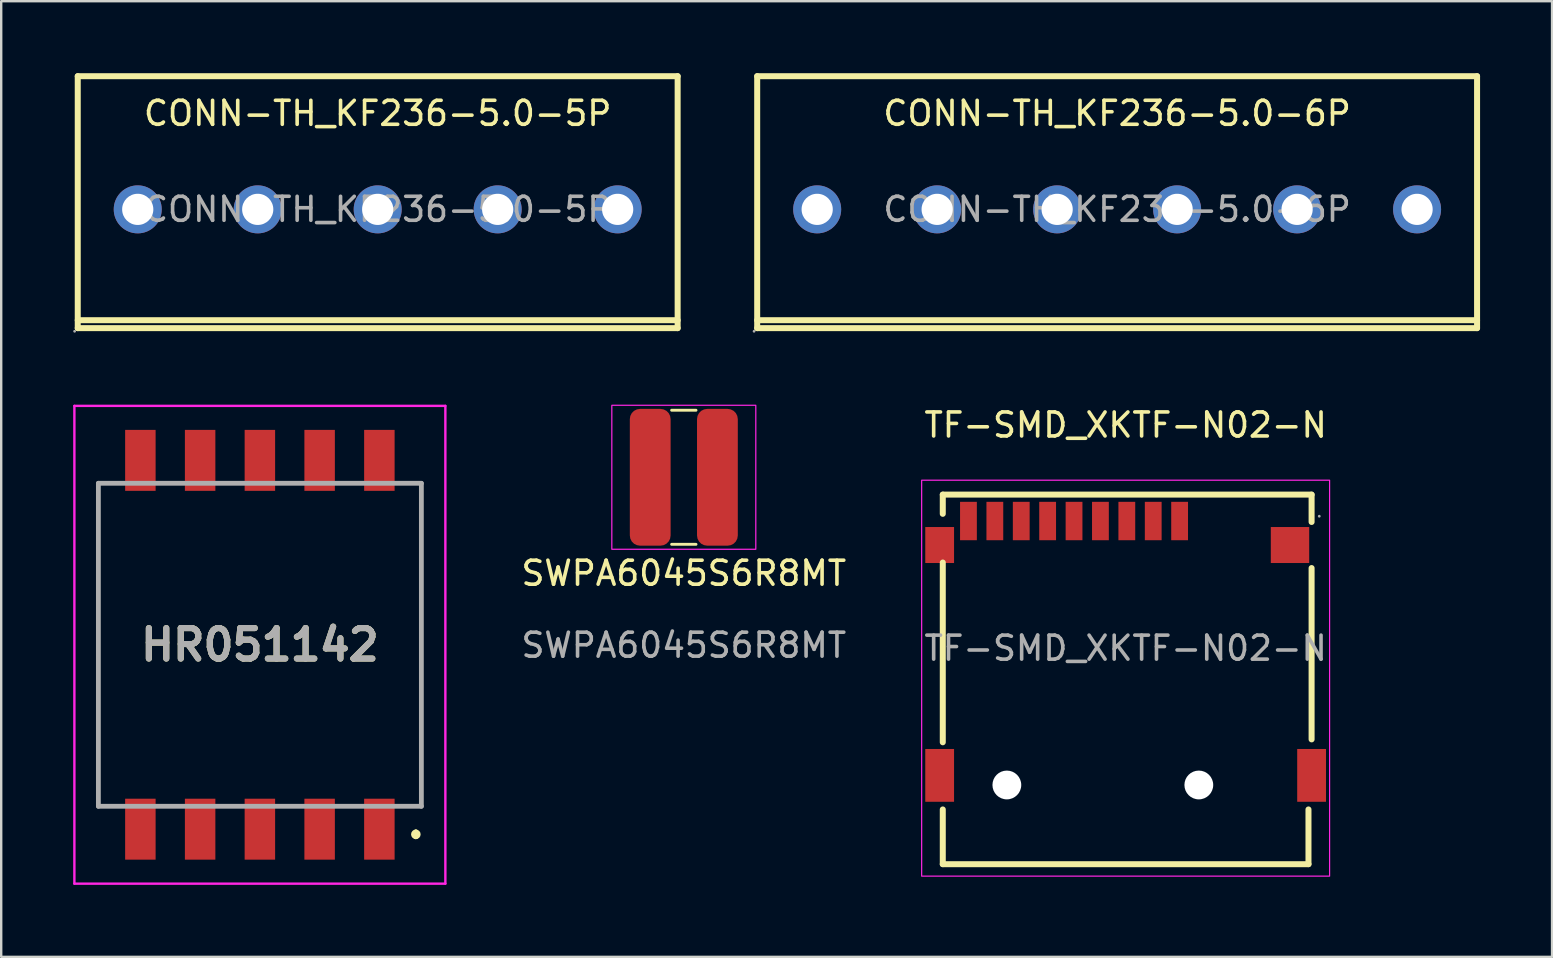
<source format=kicad_pcb>
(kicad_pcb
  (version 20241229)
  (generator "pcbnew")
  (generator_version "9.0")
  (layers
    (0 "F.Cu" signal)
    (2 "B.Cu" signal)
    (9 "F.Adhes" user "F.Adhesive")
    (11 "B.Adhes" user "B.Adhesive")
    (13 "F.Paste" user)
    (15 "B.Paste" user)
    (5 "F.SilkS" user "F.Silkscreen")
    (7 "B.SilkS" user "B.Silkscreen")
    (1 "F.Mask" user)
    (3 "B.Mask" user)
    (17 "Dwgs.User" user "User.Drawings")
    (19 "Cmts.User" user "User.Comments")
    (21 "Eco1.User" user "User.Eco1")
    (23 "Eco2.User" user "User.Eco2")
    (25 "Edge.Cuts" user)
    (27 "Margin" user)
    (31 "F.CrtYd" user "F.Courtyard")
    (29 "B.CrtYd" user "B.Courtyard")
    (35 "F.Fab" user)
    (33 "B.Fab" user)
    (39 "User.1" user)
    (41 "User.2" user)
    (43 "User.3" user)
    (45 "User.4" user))
  (footprint "TF-SMD_XKTF-N02-N"
    (layer "F.Cu")
    (at 43.859 23.963)
    (property "Reference" "TF-SMD_XKTF-N02-N" (at 0 -9.3 0) (layer "F.SilkS") (effects (font (size 1 1) (thickness 0.15))))
    (attr smd)
    (fp_line (start -7.62 -6.4) (end 7.75 -6.4) (stroke (width 0.25) (type solid)) (layer "F.SilkS"))
    (fp_line (start -7.62 -5.6) (end -7.62 -6.4) (stroke (width 0.25) (type solid)) (layer "F.SilkS"))
    (fp_line (start -7.62 -3.57) (end -7.62 3.92) (stroke (width 0.25) (type solid)) (layer "F.SilkS"))
    (fp_line (start -7.62 6.72) (end -7.62 9) (stroke (width 0.25) (type solid)) (layer "F.SilkS"))
    (fp_line (start -7.62 9) (end 7.62 9) (stroke (width 0.25) (type solid)) (layer "F.SilkS"))
    (fp_line (start 7.62 9) (end 7.62 6.72) (stroke (width 0.25) (type solid)) (layer "F.SilkS"))
    (fp_line (start 7.75 -6.4) (end 7.75 -5.26) (stroke (width 0.25) (type solid)) (layer "F.SilkS"))
    (fp_line (start 7.75 -3.34) (end 7.75 3.8) (stroke (width 0.25) (type solid)) (layer "F.SilkS"))
    (fp_circle (center -4.95 5.7) (end -4.7 5.7) (stroke (width 0.5) (type solid)) (fill no) (layer "Cmts.User"))
    (fp_circle (center 3.05 5.7) (end 3.3 5.7) (stroke (width 0.5) (type solid)) (fill no) (layer "Cmts.User"))
    (fp_rect (start -8.5 -7) (end 8.5 9.5) (stroke (width 0.05) (type default)) (fill no) (layer "F.CrtYd"))
    (fp_circle (center 8.07 -5.5) (end 8.1 -5.5) (stroke (width 0.06) (type solid)) (fill no) (layer "F.Fab"))
    (fp_text user "${REFERENCE}" (at 0 0 0) (layer "F.Fab") (effects (font (size 1 1) (thickness 0.15))))
    (pad "" np_thru_hole circle (at -4.95 5.7) (size 1.2 1.2) (drill 1.2) (layers "*.Cu" "*.Mask"))
    (pad "" np_thru_hole circle (at 3.05 5.7) (size 1.2 1.2) (drill 1.2) (layers "*.Cu" "*.Mask"))
    (pad "1" smd rect (at 2.25 -5.3) (size 0.7 1.6) (layers "F.Cu" "F.Mask" "F.Paste"))
    (pad "2" smd rect (at 1.15 -5.3) (size 0.7 1.6) (layers "F.Cu" "F.Mask" "F.Paste"))
    (pad "3" smd rect (at 0.05 -5.3) (size 0.7 1.6) (layers "F.Cu" "F.Mask" "F.Paste"))
    (pad "4" smd rect (at -1.05 -5.3) (size 0.7 1.6) (layers "F.Cu" "F.Mask" "F.Paste"))
    (pad "5" smd rect (at -2.15 -5.3) (size 0.7 1.6) (layers "F.Cu" "F.Mask" "F.Paste"))
    (pad "6" smd rect (at -3.25 -5.3) (size 0.7 1.6) (layers "F.Cu" "F.Mask" "F.Paste"))
    (pad "7" smd rect (at -4.35 -5.3) (size 0.7 1.6) (layers "F.Cu" "F.Mask" "F.Paste"))
    (pad "8" smd rect (at -5.45 -5.3) (size 0.7 1.6) (layers "F.Cu" "F.Mask" "F.Paste"))
    (pad "9" smd rect (at -6.55 -5.3) (size 0.7 1.6) (layers "F.Cu" "F.Mask" "F.Paste"))
    (pad "10" smd rect (at -7.75 -4.3) (size 1.2 1.5) (layers "F.Cu" "F.Mask" "F.Paste"))
    (pad "10" smd rect (at -7.75 5.3) (size 1.2 2.2) (layers "F.Cu" "F.Mask" "F.Paste"))
    (pad "10" smd rect (at 6.85 -4.3) (size 1.6 1.5) (layers "F.Cu" "F.Mask" "F.Paste"))
    (pad "10" smd rect (at 7.75 5.3) (size 1.2 2.2) (layers "F.Cu" "F.Mask" "F.Paste")))
  (footprint "CONN-TH_KF236-5.0-5P"
    (layer "F.Cu")
    (at 12.69 5.675)
    (property "Reference" "CONN-TH_KF236-5.0-5P" (at 0 -4 0) (layer "F.SilkS") (effects (font (size 1 1) (thickness 0.15))))
    (attr through_hole)
    (fp_line (start -12.5 -5.55) (end 12.5 -5.55) (stroke (width 0.25) (type solid)) (layer "F.SilkS"))
    (fp_line (start -12.5 4.62) (end 12.5 4.62) (stroke (width 0.25) (type solid)) (layer "F.SilkS"))
    (fp_line (start -12.5 4.95) (end -12.5 -5.55) (stroke (width 0.25) (type solid)) (layer "F.SilkS"))
    (fp_line (start -12.5 4.95) (end 12.5 4.95) (stroke (width 0.25) (type solid)) (layer "F.SilkS"))
    (fp_line (start 12.5 4.95) (end 12.5 -5.55) (stroke (width 0.25) (type solid)) (layer "F.SilkS"))
    (fp_circle (center -12.63 5.08) (end -12.6 5.08) (stroke (width 0.06) (type solid)) (fill no) (layer "F.Fab"))
    (fp_circle (center -10 0) (end -9.72 0) (stroke (width 0.55) (type solid)) (fill no) (layer "F.Fab"))
    (fp_circle (center -5 0) (end -4.72 0) (stroke (width 0.55) (type solid)) (fill no) (layer "F.Fab"))
    (fp_circle (center 0 0) (end 0.28 0) (stroke (width 0.55) (type solid)) (fill no) (layer "F.Fab"))
    (fp_circle (center 5 0) (end 5.28 0) (stroke (width 0.55) (type solid)) (fill no) (layer "F.Fab"))
    (fp_circle (center 10 0) (end 10.28 0) (stroke (width 0.55) (type solid)) (fill no) (layer "F.Fab"))
    (fp_text user "${REFERENCE}" (at 0 0 0) (layer "F.Fab") (effects (font (size 1 1) (thickness 0.15))))
    (pad "1" thru_hole circle (at -10 0) (size 2 2) (drill 1.3) (layers "*.Cu" "*.Mask"))
    (pad "2" thru_hole circle (at -5 0) (size 2 2) (drill 1.3) (layers "*.Cu" "*.Mask"))
    (pad "3" thru_hole circle (at 0 0) (size 2 2) (drill 1.3) (layers "*.Cu" "*.Mask"))
    (pad "4" thru_hole circle (at 5 0) (size 2 2) (drill 1.3) (layers "*.Cu" "*.Mask"))
    (pad "5" thru_hole circle (at 10 0) (size 2 2) (drill 1.3) (layers "*.Cu" "*.Mask")))
  (footprint "CONN-TH_KF236-5.0-6P"
    (layer "F.Cu")
    (at 43.505 5.675)
    (property "Reference" "CONN-TH_KF236-5.0-6P" (at 0 -4 0) (layer "F.SilkS") (effects (font (size 1 1) (thickness 0.15))))
    (attr through_hole)
    (fp_line (start -15 -5.55) (end 15 -5.55) (stroke (width 0.25) (type solid)) (layer "F.SilkS"))
    (fp_line (start -15 4.62) (end 15 4.62) (stroke (width 0.25) (type solid)) (layer "F.SilkS"))
    (fp_line (start -15 4.95) (end -15 -5.55) (stroke (width 0.25) (type solid)) (layer "F.SilkS"))
    (fp_line (start -15 4.95) (end 15 4.95) (stroke (width 0.25) (type solid)) (layer "F.SilkS"))
    (fp_line (start 15 4.95) (end 15 -5.55) (stroke (width 0.25) (type solid)) (layer "F.SilkS"))
    (fp_circle (center -15.13 5.08) (end -15.1 5.08) (stroke (width 0.06) (type solid)) (fill no) (layer "F.Fab"))
    (fp_circle (center -12.5 0) (end -12.22 0) (stroke (width 0.55) (type solid)) (fill no) (layer "F.Fab"))
    (fp_circle (center -7.5 0) (end -7.22 0) (stroke (width 0.55) (type solid)) (fill no) (layer "F.Fab"))
    (fp_circle (center -2.5 0) (end -2.22 0) (stroke (width 0.55) (type solid)) (fill no) (layer "F.Fab"))
    (fp_circle (center 2.5 0) (end 2.78 0) (stroke (width 0.55) (type solid)) (fill no) (layer "F.Fab"))
    (fp_circle (center 7.5 0) (end 7.78 0) (stroke (width 0.55) (type solid)) (fill no) (layer "F.Fab"))
    (fp_circle (center 12.5 0) (end 12.78 0) (stroke (width 0.55) (type solid)) (fill no) (layer "F.Fab"))
    (fp_text user "${REFERENCE}" (at 0 0 0) (layer "F.Fab") (effects (font (size 1 1) (thickness 0.15))))
    (pad "1" thru_hole circle (at -12.5 0) (size 2 2) (drill 1.3) (layers "*.Cu" "*.Mask"))
    (pad "2" thru_hole circle (at -7.5 0) (size 2 2) (drill 1.3) (layers "*.Cu" "*.Mask"))
    (pad "3" thru_hole circle (at -2.5 0) (size 2 2) (drill 1.3) (layers "*.Cu" "*.Mask"))
    (pad "4" thru_hole circle (at 2.5 0) (size 2 2) (drill 1.3) (layers "*.Cu" "*.Mask"))
    (pad "5" thru_hole circle (at 7.5 0) (size 2 2) (drill 1.3) (layers "*.Cu" "*.Mask"))
    (pad "6" thru_hole circle (at 12.5 0) (size 2 2) (drill 1.3) (layers "*.Cu" "*.Mask")))
  (footprint "SWPA6045S6R8MT"
    (layer "F.Cu")
    (at 25.447 16.84)
    (property "Reference" "SWPA6045S6R8MT" (at 0 4 0) (unlocked yes) (layer "F.SilkS") (effects (font (size 1 1) (thickness 0.15))))
    (attr smd)
    (fp_line (start -0.508 -2.794) (end 0.508 -2.794) (stroke (width 0.12) (type solid)) (layer "F.SilkS"))
    (fp_line (start -0.508 2.794) (end 0.508 2.794) (stroke (width 0.12) (type solid)) (layer "F.SilkS"))
    (fp_rect (start -3 -3) (end 3 3) (stroke (width 0.05) (type solid)) (fill no) (layer "F.CrtYd"))
    (fp_text user "${REFERENCE}" (at 0 7 0) (unlocked yes) (layer "F.Fab") (effects (font (size 1 1) (thickness 0.15))))
    (pad "1" smd roundrect (at 1.4 0) (size 1.7 5.7) (layers "F.Cu" "F.Mask" "F.Paste") (roundrect_rratio 0.25))
    (pad "2" smd roundrect (at -1.4 0) (size 1.7 5.7) (layers "F.Cu" "F.Mask" "F.Paste") (roundrect_rratio 0.25)))
  (footprint "HR051142"
    (layer "F.Cu")
    (at 7.78 23.82)
    (property "Reference" "HR051142" (at 0 0 0) (layer "F.SilkS") (effects (font (size 1.27 1.27) (thickness 0.254))))
    (attr smd)
    (fp_line (start -6.73 -6.73) (end -6.73 6.73) (stroke (width 0.1) (type solid)) (layer "F.SilkS"))
    (fp_line (start -6.73 6.73) (end -6 6.73) (stroke (width 0.1) (type solid)) (layer "F.SilkS"))
    (fp_line (start -6 -6.73) (end -6.73 -6.73) (stroke (width 0.1) (type solid)) (layer "F.SilkS"))
    (fp_line (start 6 -6.73) (end 6.73 -6.73) (stroke (width 0.1) (type solid)) (layer "F.SilkS"))
    (fp_line (start 6.5 7.8) (end 6.5 7.8) (stroke (width 0.2) (type solid)) (layer "F.SilkS"))
    (fp_line (start 6.5 8) (end 6.5 8) (stroke (width 0.2) (type solid)) (layer "F.SilkS"))
    (fp_line (start 6.73 -6.73) (end 6.73 6.73) (stroke (width 0.1) (type solid)) (layer "F.SilkS"))
    (fp_line (start 6.73 6.73) (end 6 6.73) (stroke (width 0.1) (type solid)) (layer "F.SilkS"))
    (fp_arc (start 6.5 7.8) (mid 6.6 7.9) (end 6.5 8) (stroke (width 0.2) (type solid)) (layer "F.SilkS"))
    (fp_arc (start 6.5 8) (mid 6.4 7.9) (end 6.5 7.8) (stroke (width 0.2) (type solid)) (layer "F.SilkS"))
    (fp_line (start -7.73 -9.955) (end 7.73 -9.955) (stroke (width 0.1) (type solid)) (layer "F.CrtYd"))
    (fp_line (start -7.73 9.955) (end -7.73 -9.955) (stroke (width 0.1) (type solid)) (layer "F.CrtYd"))
    (fp_line (start 7.73 -9.955) (end 7.73 9.955) (stroke (width 0.1) (type solid)) (layer "F.CrtYd"))
    (fp_line (start 7.73 9.955) (end -7.73 9.955) (stroke (width 0.1) (type solid)) (layer "F.CrtYd"))
    (fp_line (start -6.73 -6.73) (end 6.73 -6.73) (stroke (width 0.2) (type solid)) (layer "F.Fab"))
    (fp_line (start -6.73 6.73) (end -6.73 -6.73) (stroke (width 0.2) (type solid)) (layer "F.Fab"))
    (fp_line (start 6.73 -6.73) (end 6.73 6.73) (stroke (width 0.2) (type solid)) (layer "F.Fab"))
    (fp_line (start 6.73 6.73) (end -6.73 6.73) (stroke (width 0.2) (type solid)) (layer "F.Fab"))
    (fp_text user "${REFERENCE}" (at 0 0 0) (layer "F.Fab") (effects (font (size 1.27 1.27) (thickness 0.254))))
    (pad "1" smd rect (at 4.98 7.685) (size 1.27 2.54) (layers "F.Cu" "F.Mask" "F.Paste"))
    (pad "2" smd rect (at 2.49 7.685) (size 1.27 2.54) (layers "F.Cu" "F.Mask" "F.Paste"))
    (pad "3" smd rect (at 0 7.685) (size 1.27 2.54) (layers "F.Cu" "F.Mask" "F.Paste"))
    (pad "4" smd rect (at -2.49 7.685) (size 1.27 2.54) (layers "F.Cu" "F.Mask" "F.Paste"))
    (pad "5" smd rect (at -4.98 7.685) (size 1.27 2.54) (layers "F.Cu" "F.Mask" "F.Paste"))
    (pad "6" smd rect (at -4.98 -7.685) (size 1.27 2.54) (layers "F.Cu" "F.Mask" "F.Paste"))
    (pad "7" smd rect (at -2.49 -7.685) (size 1.27 2.54) (layers "F.Cu" "F.Mask" "F.Paste"))
    (pad "8" smd rect (at 0 -7.685) (size 1.27 2.54) (layers "F.Cu" "F.Mask" "F.Paste"))
    (pad "9" smd rect (at 2.49 -7.685) (size 1.27 2.54) (layers "F.Cu" "F.Mask" "F.Paste"))
    (pad "10" smd rect (at 4.98 -7.685) (size 1.27 2.54) (layers "F.Cu" "F.Mask" "F.Paste")))
  (gr_rect
    (start -3 -3)
    (end 61.63 36.825)
    (stroke (width 0.1) (type default))
    (fill no)
    (layer "Edge.Cuts")))
</source>
